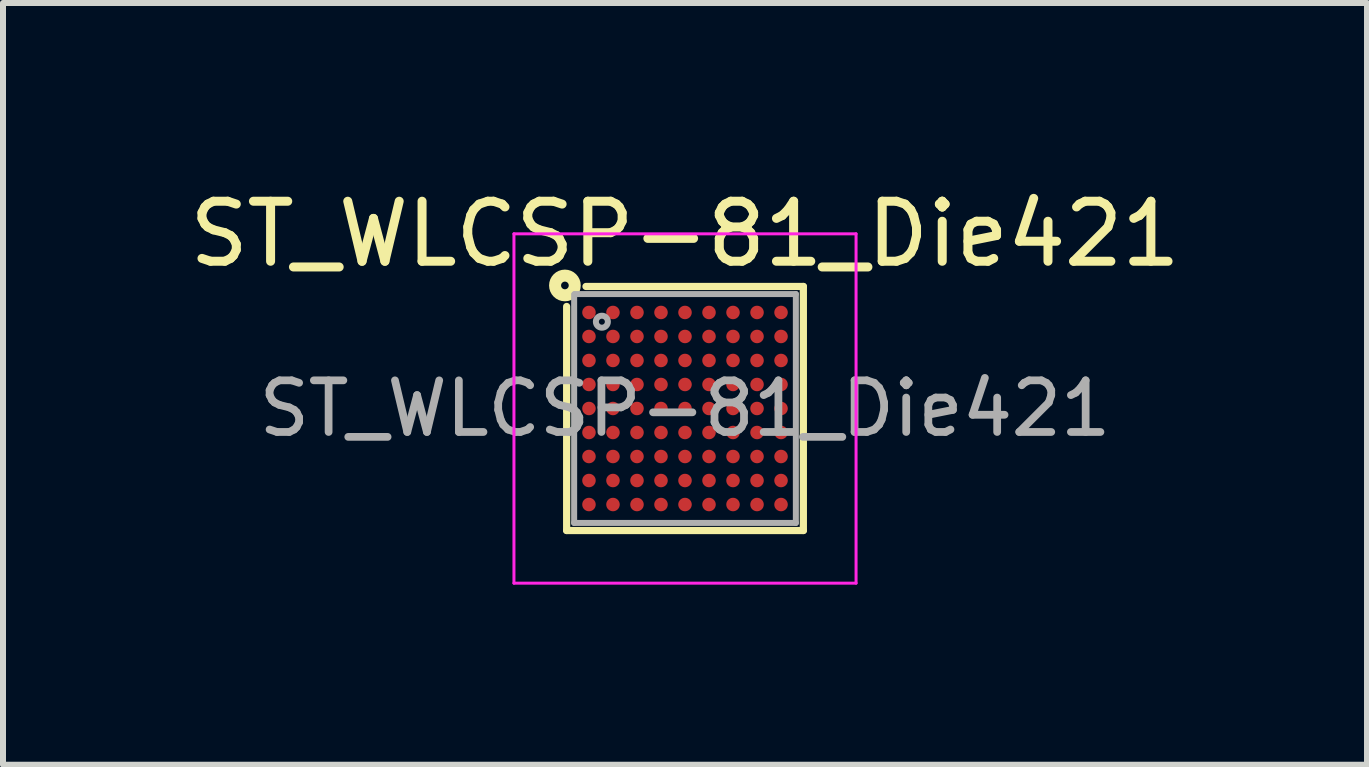
<source format=kicad_pcb>
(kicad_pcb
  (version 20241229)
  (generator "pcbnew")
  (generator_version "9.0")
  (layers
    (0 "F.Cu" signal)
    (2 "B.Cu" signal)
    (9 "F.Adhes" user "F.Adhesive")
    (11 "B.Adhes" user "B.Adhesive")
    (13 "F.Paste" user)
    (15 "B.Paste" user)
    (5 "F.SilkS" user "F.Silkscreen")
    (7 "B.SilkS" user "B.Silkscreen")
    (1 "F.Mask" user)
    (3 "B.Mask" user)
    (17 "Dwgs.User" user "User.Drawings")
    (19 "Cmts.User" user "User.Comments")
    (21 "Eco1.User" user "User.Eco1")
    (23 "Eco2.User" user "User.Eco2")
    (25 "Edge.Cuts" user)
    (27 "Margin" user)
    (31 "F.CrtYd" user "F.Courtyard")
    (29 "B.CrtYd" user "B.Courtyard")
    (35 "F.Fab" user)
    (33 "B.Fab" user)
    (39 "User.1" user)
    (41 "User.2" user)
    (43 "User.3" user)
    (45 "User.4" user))
  (footprint "ST_WLCSP-81_Die421"
    (layer "F.Cu")
    (at 8.363 3.756)
    (property "Reference" "ST_WLCSP-81_Die421" (at 0 -2.908 0) (layer "F.SilkS") (effects (font (size 1 1) (thickness 0.15))))
    (attr smd)
    (fp_line (start -1.972 2.033) (end -1.972 -1.7) (stroke (width 0.12) (type solid)) (layer "F.SilkS"))
    (fp_line (start -1.65 -2.033) (end 1.972 -2.033) (stroke (width 0.12) (type solid)) (layer "F.SilkS"))
    (fp_line (start 1.972 -2.033) (end 1.972 2.033) (stroke (width 0.12) (type solid)) (layer "F.SilkS"))
    (fp_line (start 1.972 2.033) (end -1.972 2.033) (stroke (width 0.12) (type solid)) (layer "F.SilkS"))
    (fp_circle (center -2.001 -2.05) (end -1.937 -2.05) (stroke (width 0.2) (type solid)) (fill no) (layer "F.SilkS"))
    (fp_line (start -2.85 -2.91) (end -2.85 2.91) (stroke (width 0.05) (type solid)) (layer "F.CrtYd"))
    (fp_line (start -2.85 2.91) (end 2.85 2.91) (stroke (width 0.05) (type solid)) (layer "F.CrtYd"))
    (fp_line (start 2.85 -2.91) (end -2.85 -2.91) (stroke (width 0.05) (type solid)) (layer "F.CrtYd"))
    (fp_line (start 2.85 2.91) (end 2.85 -2.91) (stroke (width 0.05) (type solid)) (layer "F.CrtYd"))
    (fp_line (start -1.847 1.907) (end -1.847 -1.9) (stroke (width 0.1) (type solid)) (layer "F.Fab"))
    (fp_line (start -1.84 -1.907) (end 1.847 -1.907) (stroke (width 0.1) (type solid)) (layer "F.Fab"))
    (fp_line (start 1.847 -1.907) (end 1.847 1.907) (stroke (width 0.1) (type solid)) (layer "F.Fab"))
    (fp_line (start 1.847 1.907) (end -1.847 1.907) (stroke (width 0.1) (type solid)) (layer "F.Fab"))
    (fp_circle (center -1.385 -1.446) (end -1.285 -1.446) (stroke (width 0.1) (type solid)) (fill no) (layer "F.Fab"))
    (fp_text user "${REFERENCE}" (at 0 0 0) (layer "F.Fab") (effects (font (size 0.86 0.86) (thickness 0.129))))
    (pad "A1" smd circle (at -1.6 -1.6) (size 0.225 0.225) (layers "F.Cu" "F.Mask" "F.Paste"))
    (pad "A2" smd circle (at -1.2 -1.6) (size 0.225 0.225) (layers "F.Cu" "F.Mask" "F.Paste"))
    (pad "A3" smd circle (at -0.8 -1.6) (size 0.225 0.225) (layers "F.Cu" "F.Mask" "F.Paste"))
    (pad "A4" smd circle (at -0.4 -1.6) (size 0.225 0.225) (layers "F.Cu" "F.Mask" "F.Paste"))
    (pad "A5" smd circle (at 0 -1.6) (size 0.225 0.225) (layers "F.Cu" "F.Mask" "F.Paste"))
    (pad "A6" smd circle (at 0.4 -1.6) (size 0.225 0.225) (layers "F.Cu" "F.Mask" "F.Paste"))
    (pad "A7" smd circle (at 0.8 -1.6) (size 0.225 0.225) (layers "F.Cu" "F.Mask" "F.Paste"))
    (pad "A8" smd circle (at 1.2 -1.6) (size 0.225 0.225) (layers "F.Cu" "F.Mask" "F.Paste"))
    (pad "A9" smd circle (at 1.6 -1.6) (size 0.225 0.225) (layers "F.Cu" "F.Mask" "F.Paste"))
    (pad "B1" smd circle (at -1.6 -1.2) (size 0.225 0.225) (layers "F.Cu" "F.Mask" "F.Paste"))
    (pad "B2" smd circle (at -1.2 -1.2) (size 0.225 0.225) (layers "F.Cu" "F.Mask" "F.Paste"))
    (pad "B3" smd circle (at -0.8 -1.2) (size 0.225 0.225) (layers "F.Cu" "F.Mask" "F.Paste"))
    (pad "B4" smd circle (at -0.4 -1.2) (size 0.225 0.225) (layers "F.Cu" "F.Mask" "F.Paste"))
    (pad "B5" smd circle (at 0 -1.2) (size 0.225 0.225) (layers "F.Cu" "F.Mask" "F.Paste"))
    (pad "B6" smd circle (at 0.4 -1.2) (size 0.225 0.225) (layers "F.Cu" "F.Mask" "F.Paste"))
    (pad "B7" smd circle (at 0.8 -1.2) (size 0.225 0.225) (layers "F.Cu" "F.Mask" "F.Paste"))
    (pad "B8" smd circle (at 1.2 -1.2) (size 0.225 0.225) (layers "F.Cu" "F.Mask" "F.Paste"))
    (pad "B9" smd circle (at 1.6 -1.2) (size 0.225 0.225) (layers "F.Cu" "F.Mask" "F.Paste"))
    (pad "C1" smd circle (at -1.6 -0.8) (size 0.225 0.225) (layers "F.Cu" "F.Mask" "F.Paste"))
    (pad "C2" smd circle (at -1.2 -0.8) (size 0.225 0.225) (layers "F.Cu" "F.Mask" "F.Paste"))
    (pad "C3" smd circle (at -0.8 -0.8) (size 0.225 0.225) (layers "F.Cu" "F.Mask" "F.Paste"))
    (pad "C4" smd circle (at -0.4 -0.8) (size 0.225 0.225) (layers "F.Cu" "F.Mask" "F.Paste"))
    (pad "C5" smd circle (at 0 -0.8) (size 0.225 0.225) (layers "F.Cu" "F.Mask" "F.Paste"))
    (pad "C6" smd circle (at 0.4 -0.8) (size 0.225 0.225) (layers "F.Cu" "F.Mask" "F.Paste"))
    (pad "C7" smd circle (at 0.8 -0.8) (size 0.225 0.225) (layers "F.Cu" "F.Mask" "F.Paste"))
    (pad "C8" smd circle (at 1.2 -0.8) (size 0.225 0.225) (layers "F.Cu" "F.Mask" "F.Paste"))
    (pad "C9" smd circle (at 1.6 -0.8) (size 0.225 0.225) (layers "F.Cu" "F.Mask" "F.Paste"))
    (pad "D1" smd circle (at -1.6 -0.4) (size 0.225 0.225) (layers "F.Cu" "F.Mask" "F.Paste"))
    (pad "D2" smd circle (at -1.2 -0.4) (size 0.225 0.225) (layers "F.Cu" "F.Mask" "F.Paste"))
    (pad "D3" smd circle (at -0.8 -0.4) (size 0.225 0.225) (layers "F.Cu" "F.Mask" "F.Paste"))
    (pad "D4" smd circle (at -0.4 -0.4) (size 0.225 0.225) (layers "F.Cu" "F.Mask" "F.Paste"))
    (pad "D5" smd circle (at 0 -0.4) (size 0.225 0.225) (layers "F.Cu" "F.Mask" "F.Paste"))
    (pad "D6" smd circle (at 0.4 -0.4) (size 0.225 0.225) (layers "F.Cu" "F.Mask" "F.Paste"))
    (pad "D7" smd circle (at 0.8 -0.4) (size 0.225 0.225) (layers "F.Cu" "F.Mask" "F.Paste"))
    (pad "D8" smd circle (at 1.2 -0.4) (size 0.225 0.225) (layers "F.Cu" "F.Mask" "F.Paste"))
    (pad "D9" smd circle (at 1.6 -0.4) (size 0.225 0.225) (layers "F.Cu" "F.Mask" "F.Paste"))
    (pad "E1" smd circle (at -1.6 0) (size 0.225 0.225) (layers "F.Cu" "F.Mask" "F.Paste"))
    (pad "E2" smd circle (at -1.2 0) (size 0.225 0.225) (layers "F.Cu" "F.Mask" "F.Paste"))
    (pad "E3" smd circle (at -0.8 0) (size 0.225 0.225) (layers "F.Cu" "F.Mask" "F.Paste"))
    (pad "E4" smd circle (at -0.4 0) (size 0.225 0.225) (layers "F.Cu" "F.Mask" "F.Paste"))
    (pad "E5" smd circle (at 0 0) (size 0.225 0.225) (layers "F.Cu" "F.Mask" "F.Paste"))
    (pad "E6" smd circle (at 0.4 0) (size 0.225 0.225) (layers "F.Cu" "F.Mask" "F.Paste"))
    (pad "E7" smd circle (at 0.8 0) (size 0.225 0.225) (layers "F.Cu" "F.Mask" "F.Paste"))
    (pad "E8" smd circle (at 1.2 0) (size 0.225 0.225) (layers "F.Cu" "F.Mask" "F.Paste"))
    (pad "E9" smd circle (at 1.6 0) (size 0.225 0.225) (layers "F.Cu" "F.Mask" "F.Paste"))
    (pad "F1" smd circle (at -1.6 0.4) (size 0.225 0.225) (layers "F.Cu" "F.Mask" "F.Paste"))
    (pad "F2" smd circle (at -1.2 0.4) (size 0.225 0.225) (layers "F.Cu" "F.Mask" "F.Paste"))
    (pad "F3" smd circle (at -0.8 0.4) (size 0.225 0.225) (layers "F.Cu" "F.Mask" "F.Paste"))
    (pad "F4" smd circle (at -0.4 0.4) (size 0.225 0.225) (layers "F.Cu" "F.Mask" "F.Paste"))
    (pad "F5" smd circle (at 0 0.4) (size 0.225 0.225) (layers "F.Cu" "F.Mask" "F.Paste"))
    (pad "F6" smd circle (at 0.4 0.4) (size 0.225 0.225) (layers "F.Cu" "F.Mask" "F.Paste"))
    (pad "F7" smd circle (at 0.8 0.4) (size 0.225 0.225) (layers "F.Cu" "F.Mask" "F.Paste"))
    (pad "F8" smd circle (at 1.2 0.4) (size 0.225 0.225) (layers "F.Cu" "F.Mask" "F.Paste"))
    (pad "F9" smd circle (at 1.6 0.4) (size 0.225 0.225) (layers "F.Cu" "F.Mask" "F.Paste"))
    (pad "G1" smd circle (at -1.6 0.8) (size 0.225 0.225) (layers "F.Cu" "F.Mask" "F.Paste"))
    (pad "G2" smd circle (at -1.2 0.8) (size 0.225 0.225) (layers "F.Cu" "F.Mask" "F.Paste"))
    (pad "G3" smd circle (at -0.8 0.8) (size 0.225 0.225) (layers "F.Cu" "F.Mask" "F.Paste"))
    (pad "G4" smd circle (at -0.4 0.8) (size 0.225 0.225) (layers "F.Cu" "F.Mask" "F.Paste"))
    (pad "G5" smd circle (at 0 0.8) (size 0.225 0.225) (layers "F.Cu" "F.Mask" "F.Paste"))
    (pad "G6" smd circle (at 0.4 0.8) (size 0.225 0.225) (layers "F.Cu" "F.Mask" "F.Paste"))
    (pad "G7" smd circle (at 0.8 0.8) (size 0.225 0.225) (layers "F.Cu" "F.Mask" "F.Paste"))
    (pad "G8" smd circle (at 1.2 0.8) (size 0.225 0.225) (layers "F.Cu" "F.Mask" "F.Paste"))
    (pad "G9" smd circle (at 1.6 0.8) (size 0.225 0.225) (layers "F.Cu" "F.Mask" "F.Paste"))
    (pad "H1" smd circle (at -1.6 1.2) (size 0.225 0.225) (layers "F.Cu" "F.Mask" "F.Paste"))
    (pad "H2" smd circle (at -1.2 1.2) (size 0.225 0.225) (layers "F.Cu" "F.Mask" "F.Paste"))
    (pad "H3" smd circle (at -0.8 1.2) (size 0.225 0.225) (layers "F.Cu" "F.Mask" "F.Paste"))
    (pad "H4" smd circle (at -0.4 1.2) (size 0.225 0.225) (layers "F.Cu" "F.Mask" "F.Paste"))
    (pad "H5" smd circle (at 0 1.2) (size 0.225 0.225) (layers "F.Cu" "F.Mask" "F.Paste"))
    (pad "H6" smd circle (at 0.4 1.2) (size 0.225 0.225) (layers "F.Cu" "F.Mask" "F.Paste"))
    (pad "H7" smd circle (at 0.8 1.2) (size 0.225 0.225) (layers "F.Cu" "F.Mask" "F.Paste"))
    (pad "H8" smd circle (at 1.2 1.2) (size 0.225 0.225) (layers "F.Cu" "F.Mask" "F.Paste"))
    (pad "H9" smd circle (at 1.6 1.2) (size 0.225 0.225) (layers "F.Cu" "F.Mask" "F.Paste"))
    (pad "J1" smd circle (at -1.6 1.6) (size 0.225 0.225) (layers "F.Cu" "F.Mask" "F.Paste"))
    (pad "J2" smd circle (at -1.2 1.6) (size 0.225 0.225) (layers "F.Cu" "F.Mask" "F.Paste"))
    (pad "J3" smd circle (at -0.8 1.6) (size 0.225 0.225) (layers "F.Cu" "F.Mask" "F.Paste"))
    (pad "J4" smd circle (at -0.4 1.6) (size 0.225 0.225) (layers "F.Cu" "F.Mask" "F.Paste"))
    (pad "J5" smd circle (at 0 1.6) (size 0.225 0.225) (layers "F.Cu" "F.Mask" "F.Paste"))
    (pad "J6" smd circle (at 0.4 1.6) (size 0.225 0.225) (layers "F.Cu" "F.Mask" "F.Paste"))
    (pad "J7" smd circle (at 0.8 1.6) (size 0.225 0.225) (layers "F.Cu" "F.Mask" "F.Paste"))
    (pad "J8" smd circle (at 1.2 1.6) (size 0.225 0.225) (layers "F.Cu" "F.Mask" "F.Paste"))
    (pad "J9" smd circle (at 1.6 1.6) (size 0.225 0.225) (layers "F.Cu" "F.Mask" "F.Paste")))
  (gr_rect
    (start -3 -3)
    (end 19.726 9.691)
    (stroke (width 0.1) (type default))
    (fill no)
    (layer "Edge.Cuts")))
</source>
